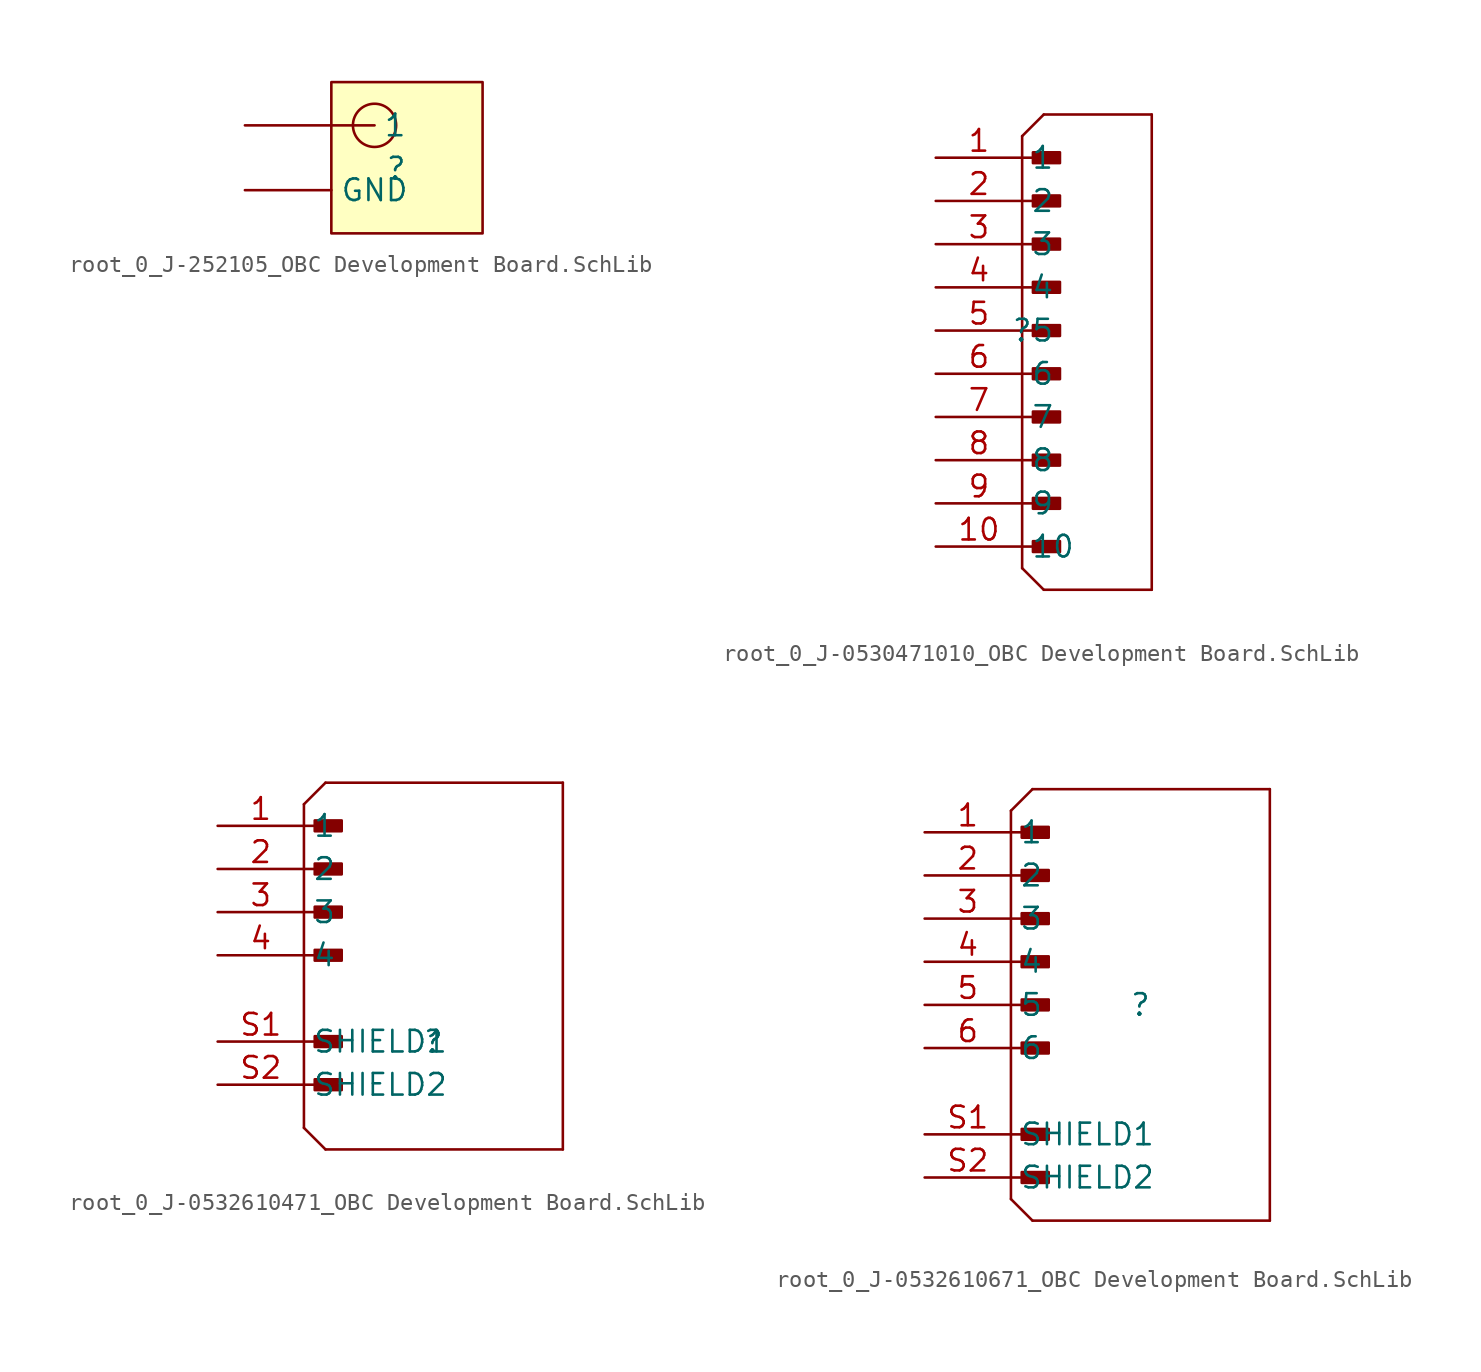
<source format=kicad_sym>
(kicad_symbol_lib
  (version 20241209)
  (generator "kicad_symbol_editor")
  (generator_version "9.0")
  (symbol "root_0_J-252105_OBC Development Board.SchLib"
    (pin_numbers
      (hide yes))
    (property "Reference" ""
      (at 0 0 0)
      (effects (font (size 1.27 1.27))))
    (property "Value" ""
      (at 0 0 0)
      (effects (font (size 1.27 1.27))))
    (symbol "root_0_J-252105_OBC Development Board.SchLib_1_0"
      (circle (center -1.27 2.54) (radius 1.27) (stroke (width 0) (type solid)) (fill (type none)))
      (rectangle (start 5.08 5.08) (end -3.81 -3.81) (stroke (width 0) (type solid) (color 128 0 0 1)) (fill (type background)))
      (pin passive line (at -8.89 2.54 0) (length 7.62) (name "1" (effects (font (size 1.27 1.27)))) (number "1" (effects (font (size 1.27 1.27)))))
      (pin passive line (at -8.89 -1.27 0) (length 5.08) (name "GND" (effects (font (size 1.27 1.27)))) (number "0" (effects (font (size 1.27 1.27)))))))
  (symbol "root_0_J-0530471010_OBC Development Board.SchLib"
    (property "Reference" ""
      (at 0 0 0)
      (effects (font (size 1.27 1.27))))
    (property "Value" ""
      (at 0 0 0)
      (effects (font (size 1.27 1.27))))
    (symbol "root_0_J-0530471010_OBC Development Board.SchLib_1_0"
      (polyline (pts (xy 0 11.43) (xy 0 -13.97)) (stroke (width 0) (type solid)) (fill (type none)))
      (polyline (pts (xy 0 11.43) (xy 1.27 12.7)) (stroke (width 0) (type solid)) (fill (type none)))
      (polyline (pts (xy 0 10.16) (xy 1.905 10.16)) (stroke (width 0) (type solid)) (fill (type none)))
      (polyline (pts (xy 0 7.62) (xy 1.905 7.62)) (stroke (width 0) (type solid)) (fill (type none)))
      (polyline (pts (xy 0 5.08) (xy 1.905 5.08)) (stroke (width 0) (type solid)) (fill (type none)))
      (polyline (pts (xy 0 2.54) (xy 1.905 2.54)) (stroke (width 0) (type solid)) (fill (type none)))
      (polyline (pts (xy 0 0) (xy 1.905 0)) (stroke (width 0) (type solid)) (fill (type none)))
      (polyline (pts (xy 0 -2.54) (xy 1.905 -2.54)) (stroke (width 0) (type solid)) (fill (type none)))
      (polyline (pts (xy 0 -5.08) (xy 1.905 -5.08)) (stroke (width 0) (type solid)) (fill (type none)))
      (polyline (pts (xy 0 -7.62) (xy 1.905 -7.62)) (stroke (width 0) (type solid)) (fill (type none)))
      (polyline (pts (xy 0 -10.16) (xy 1.905 -10.16)) (stroke (width 0) (type solid)) (fill (type none)))
      (polyline (pts (xy 0 -12.7) (xy 1.905 -12.7)) (stroke (width 0) (type solid)) (fill (type none)))
      (polyline (pts (xy 0 -13.97) (xy 1.27 -15.24)) (stroke (width 0) (type solid)) (fill (type none)))
      (polyline (pts (xy 1.27 -15.24) (xy 7.62 -15.24)) (stroke (width 0) (type solid)) (fill (type none)))
      (rectangle (start 2.223 10.478) (end 0.635 9.843) (stroke (width 0) (type solid)) (fill (type outline)))
      (rectangle (start 2.223 7.938) (end 0.635 7.303) (stroke (width 0) (type solid)) (fill (type outline)))
      (rectangle (start 2.223 5.398) (end 0.635 4.763) (stroke (width 0) (type solid)) (fill (type outline)))
      (rectangle (start 2.223 2.858) (end 0.635 2.223) (stroke (width 0) (type solid)) (fill (type outline)))
      (rectangle (start 2.223 0.318) (end 0.635 -0.317) (stroke (width 0) (type solid)) (fill (type outline)))
      (rectangle (start 2.223 -2.222) (end 0.635 -2.857) (stroke (width 0) (type solid)) (fill (type outline)))
      (rectangle (start 2.223 -4.762) (end 0.635 -5.397) (stroke (width 0) (type solid)) (fill (type outline)))
      (rectangle (start 2.223 -7.302) (end 0.635 -7.937) (stroke (width 0) (type solid)) (fill (type outline)))
      (rectangle (start 2.223 -9.842) (end 0.635 -10.477) (stroke (width 0) (type solid)) (fill (type outline)))
      (rectangle (start 2.223 -12.382) (end 0.635 -13.017) (stroke (width 0) (type solid)) (fill (type outline)))
      (polyline (pts (xy 7.62 12.7) (xy 1.27 12.7)) (stroke (width 0) (type solid)) (fill (type none)))
      (polyline (pts (xy 7.62 -15.24) (xy 7.62 12.7)) (stroke (width 0) (type solid)) (fill (type none)))
      (pin passive line (at -5.08 10.16 0) (length 5.08) (name "1" (effects (font (size 1.27 1.27)))) (number "1" (effects (font (size 1.27 1.27)))))
      (pin passive line (at -5.08 7.62 0) (length 5.08) (name "2" (effects (font (size 1.27 1.27)))) (number "2" (effects (font (size 1.27 1.27)))))
      (pin passive line (at -5.08 5.08 0) (length 5.08) (name "3" (effects (font (size 1.27 1.27)))) (number "3" (effects (font (size 1.27 1.27)))))
      (pin passive line (at -5.08 2.54 0) (length 5.08) (name "4" (effects (font (size 1.27 1.27)))) (number "4" (effects (font (size 1.27 1.27)))))
      (pin passive line (at -5.08 0 0) (length 5.08) (name "5" (effects (font (size 1.27 1.27)))) (number "5" (effects (font (size 1.27 1.27)))))
      (pin passive line (at -5.08 -2.54 0) (length 5.08) (name "6" (effects (font (size 1.27 1.27)))) (number "6" (effects (font (size 1.27 1.27)))))
      (pin passive line (at -5.08 -5.08 0) (length 5.08) (name "7" (effects (font (size 1.27 1.27)))) (number "7" (effects (font (size 1.27 1.27)))))
      (pin passive line (at -5.08 -7.62 0) (length 5.08) (name "8" (effects (font (size 1.27 1.27)))) (number "8" (effects (font (size 1.27 1.27)))))
      (pin passive line (at -5.08 -10.16 0) (length 5.08) (name "9" (effects (font (size 1.27 1.27)))) (number "9" (effects (font (size 1.27 1.27)))))
      (pin passive line (at -5.08 -12.7 0) (length 5.08) (name "10" (effects (font (size 1.27 1.27)))) (number "10" (effects (font (size 1.27 1.27)))))))
  (symbol "root_0_J-0532610471_OBC Development Board.SchLib"
    (property "Reference" ""
      (at 0 0 0)
      (effects (font (size 1.27 1.27))))
    (property "Value" ""
      (at 0 0 0)
      (effects (font (size 1.27 1.27))))
    (symbol "root_0_J-0532610471_OBC Development Board.SchLib_1_0"
      (polyline (pts (xy -7.62 13.97) (xy -7.62 -5.08)) (stroke (width 0) (type solid)) (fill (type none)))
      (polyline (pts (xy -7.62 13.97) (xy -6.35 15.24)) (stroke (width 0) (type solid)) (fill (type none)))
      (polyline (pts (xy -7.62 12.7) (xy -5.715 12.7)) (stroke (width 0) (type solid)) (fill (type none)))
      (polyline (pts (xy -7.62 10.16) (xy -5.715 10.16)) (stroke (width 0) (type solid)) (fill (type none)))
      (polyline (pts (xy -7.62 7.62) (xy -5.715 7.62)) (stroke (width 0) (type solid)) (fill (type none)))
      (polyline (pts (xy -7.62 5.08) (xy -5.715 5.08)) (stroke (width 0) (type solid)) (fill (type none)))
      (polyline (pts (xy -7.62 0) (xy -5.715 0)) (stroke (width 0) (type solid)) (fill (type none)))
      (polyline (pts (xy -7.62 -2.54) (xy -5.715 -2.54)) (stroke (width 0) (type solid)) (fill (type none)))
      (polyline (pts (xy -7.62 -5.08) (xy -6.35 -6.35)) (stroke (width 0) (type solid)) (fill (type none)))
      (polyline (pts (xy -6.35 -6.35) (xy 7.62 -6.35)) (stroke (width 0) (type solid)) (fill (type none)))
      (rectangle (start -5.397 13.018) (end -6.985 12.383) (stroke (width 0) (type solid)) (fill (type outline)))
      (rectangle (start -5.397 10.478) (end -6.985 9.843) (stroke (width 0) (type solid)) (fill (type outline)))
      (rectangle (start -5.397 7.938) (end -6.985 7.303) (stroke (width 0) (type solid)) (fill (type outline)))
      (rectangle (start -5.397 5.398) (end -6.985 4.763) (stroke (width 0) (type solid)) (fill (type outline)))
      (rectangle (start -5.397 0.318) (end -6.985 -0.317) (stroke (width 0) (type solid)) (fill (type outline)))
      (rectangle (start -5.397 -2.222) (end -6.985 -2.857) (stroke (width 0) (type solid)) (fill (type outline)))
      (polyline (pts (xy 7.62 15.24) (xy -6.35 15.24)) (stroke (width 0) (type solid)) (fill (type none)))
      (polyline (pts (xy 7.62 -6.35) (xy 7.62 15.24)) (stroke (width 0) (type solid)) (fill (type none)))
      (pin passive line (at -12.7 12.7 0) (length 5.08) (name "1" (effects (font (size 1.27 1.27)))) (number "1" (effects (font (size 1.27 1.27)))))
      (pin passive line (at -12.7 10.16 0) (length 5.08) (name "2" (effects (font (size 1.27 1.27)))) (number "2" (effects (font (size 1.27 1.27)))))
      (pin passive line (at -12.7 7.62 0) (length 5.08) (name "3" (effects (font (size 1.27 1.27)))) (number "3" (effects (font (size 1.27 1.27)))))
      (pin passive line (at -12.7 5.08 0) (length 5.08) (name "4" (effects (font (size 1.27 1.27)))) (number "4" (effects (font (size 1.27 1.27)))))
      (pin passive line (at -12.7 0 0) (length 5.08) (name "SHIELD1" (effects (font (size 1.27 1.27)))) (number "S1" (effects (font (size 1.27 1.27)))))
      (pin passive line (at -12.7 -2.54 0) (length 5.08) (name "SHIELD2" (effects (font (size 1.27 1.27)))) (number "S2" (effects (font (size 1.27 1.27)))))))
  (symbol "root_0_J-0532610671_OBC Development Board.SchLib"
    (property "Reference" ""
      (at 0 0 0)
      (effects (font (size 1.27 1.27))))
    (property "Value" ""
      (at 0 0 0)
      (effects (font (size 1.27 1.27))))
    (symbol "root_0_J-0532610671_OBC Development Board.SchLib_1_0"
      (polyline (pts (xy -7.62 11.43) (xy -7.62 -11.43)) (stroke (width 0) (type solid)) (fill (type none)))
      (polyline (pts (xy -7.62 11.43) (xy -6.35 12.7)) (stroke (width 0) (type solid)) (fill (type none)))
      (polyline (pts (xy -7.62 10.16) (xy -5.715 10.16)) (stroke (width 0) (type solid)) (fill (type none)))
      (polyline (pts (xy -7.62 7.62) (xy -5.715 7.62)) (stroke (width 0) (type solid)) (fill (type none)))
      (polyline (pts (xy -7.62 5.08) (xy -5.715 5.08)) (stroke (width 0) (type solid)) (fill (type none)))
      (polyline (pts (xy -7.62 2.54) (xy -5.715 2.54)) (stroke (width 0) (type solid)) (fill (type none)))
      (polyline (pts (xy -7.62 0) (xy -5.715 0)) (stroke (width 0) (type solid)) (fill (type none)))
      (polyline (pts (xy -7.62 -2.54) (xy -5.715 -2.54)) (stroke (width 0) (type solid)) (fill (type none)))
      (polyline (pts (xy -7.62 -7.62) (xy -5.715 -7.62)) (stroke (width 0) (type solid)) (fill (type none)))
      (polyline (pts (xy -7.62 -10.16) (xy -5.715 -10.16)) (stroke (width 0) (type solid)) (fill (type none)))
      (polyline (pts (xy -7.62 -11.43) (xy -6.35 -12.7)) (stroke (width 0) (type solid)) (fill (type none)))
      (polyline (pts (xy -6.35 -12.7) (xy 7.62 -12.7)) (stroke (width 0) (type solid)) (fill (type none)))
      (rectangle (start -5.397 10.478) (end -6.985 9.843) (stroke (width 0) (type solid)) (fill (type outline)))
      (rectangle (start -5.397 7.938) (end -6.985 7.303) (stroke (width 0) (type solid)) (fill (type outline)))
      (rectangle (start -5.397 5.398) (end -6.985 4.763) (stroke (width 0) (type solid)) (fill (type outline)))
      (rectangle (start -5.397 2.858) (end -6.985 2.223) (stroke (width 0) (type solid)) (fill (type outline)))
      (rectangle (start -5.397 0.318) (end -6.985 -0.317) (stroke (width 0) (type solid)) (fill (type outline)))
      (rectangle (start -5.397 -2.222) (end -6.985 -2.857) (stroke (width 0) (type solid)) (fill (type outline)))
      (rectangle (start -5.397 -7.302) (end -6.985 -7.937) (stroke (width 0) (type solid)) (fill (type outline)))
      (rectangle (start -5.397 -9.842) (end -6.985 -10.477) (stroke (width 0) (type solid)) (fill (type outline)))
      (polyline (pts (xy 7.62 12.7) (xy -6.35 12.7)) (stroke (width 0) (type solid)) (fill (type none)))
      (polyline (pts (xy 7.62 -12.7) (xy 7.62 12.7)) (stroke (width 0) (type solid)) (fill (type none)))
      (pin passive line (at -12.7 10.16 0) (length 5.08) (name "1" (effects (font (size 1.27 1.27)))) (number "1" (effects (font (size 1.27 1.27)))))
      (pin passive line (at -12.7 7.62 0) (length 5.08) (name "2" (effects (font (size 1.27 1.27)))) (number "2" (effects (font (size 1.27 1.27)))))
      (pin passive line (at -12.7 5.08 0) (length 5.08) (name "3" (effects (font (size 1.27 1.27)))) (number "3" (effects (font (size 1.27 1.27)))))
      (pin passive line (at -12.7 2.54 0) (length 5.08) (name "4" (effects (font (size 1.27 1.27)))) (number "4" (effects (font (size 1.27 1.27)))))
      (pin passive line (at -12.7 0 0) (length 5.08) (name "5" (effects (font (size 1.27 1.27)))) (number "5" (effects (font (size 1.27 1.27)))))
      (pin passive line (at -12.7 -2.54 0) (length 5.08) (name "6" (effects (font (size 1.27 1.27)))) (number "6" (effects (font (size 1.27 1.27)))))
      (pin passive line (at -12.7 -7.62 0) (length 5.08) (name "SHIELD1" (effects (font (size 1.27 1.27)))) (number "S1" (effects (font (size 1.27 1.27)))))
      (pin passive line (at -12.7 -10.16 0) (length 5.08) (name "SHIELD2" (effects (font (size 1.27 1.27)))) (number "S2" (effects (font (size 1.27 1.27))))))))
</source>
